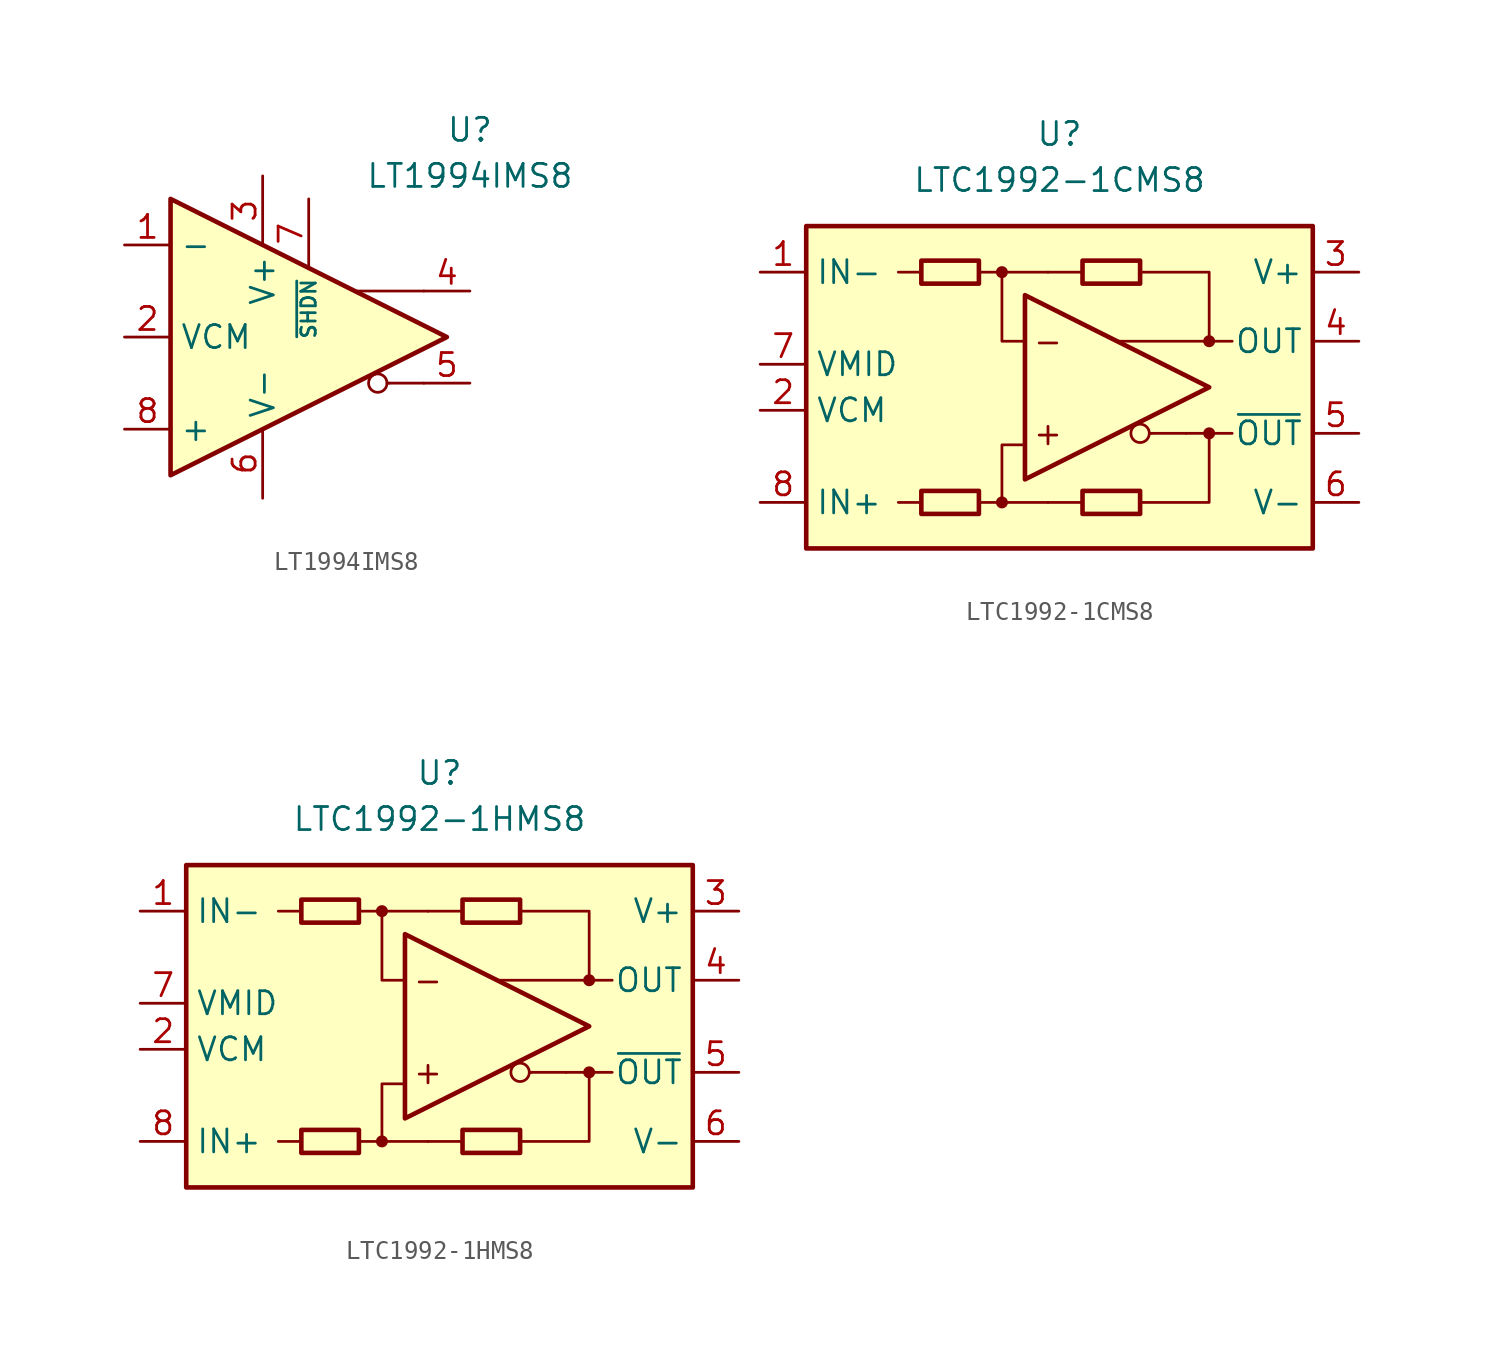
<source format=kicad_sym>
(kicad_symbol_lib
  (version 20211014)
  (generator kicad_symbol_editor)
  (symbol "LT1994IMS8"
    (property "Reference" "U"
      (at 8.89 11.43 0)
      (effects (font (size 1.27 1.27))))
    (property "Value" "LT1994IMS8"
      (at 8.89 8.89 0)
      (effects (font (size 1.27 1.27))))
    (symbol "LT1994IMS8_0_0"
      (polyline (pts (xy 4.445 -2.54) (xy 4.318 -2.54)) (stroke (width 0.152) (type default) (color 0 0 0 0)) (fill (type none)))
      (polyline (pts (xy 6.35 -2.54) (xy 4.445 -2.54)) (stroke (width 0.152) (type default) (color 0 0 0 0)) (fill (type none)))
      (polyline (pts (xy 6.35 2.54) (xy 2.54 2.54)) (stroke (width 0.152) (type default) (color 0 0 0 0)) (fill (type none)))
      (circle (center 3.81 -2.54) (radius 0.508) (stroke (width 0.152) (type default) (color 0 0 0 0)) (fill (type none))))
    (symbol "LT1994IMS8_0_1"
      (polyline (pts (xy -7.62 7.62) (xy -7.62 -7.62) (xy 7.62 0) (xy -7.62 7.62)) (stroke (width 0.254) (type default) (color 0 0 0 0)) (fill (type background))))
    (symbol "LT1994IMS8_1_1"
      (pin input line (at -10.16 5.08 0) (length 2.54) (name "-" (effects (font (size 1.27 1.27)))) (number "1" (effects (font (size 1.27 1.27)))))
      (pin input line (at -10.16 0 0) (length 2.54) (name "VCM" (effects (font (size 1.27 1.27)))) (number "2" (effects (font (size 1.27 1.27)))))
      (pin power_in line (at -2.54 8.89 270) (length 3.84) (name "V+" (effects (font (size 1.27 1.27)))) (number "3" (effects (font (size 1.27 1.27)))))
      (pin output line (at 8.89 2.54 180) (length 2.54) (name "~" (effects (font (size 1.27 1.27)))) (number "4" (effects (font (size 1.27 1.27)))))
      (pin output line (at 8.89 -2.54 180) (length 2.54) (name "~" (effects (font (size 1.27 1.27)))) (number "5" (effects (font (size 1.27 1.27)))))
      (pin power_in line (at -2.54 -8.89 90) (length 3.84) (name "V-" (effects (font (size 1.27 1.27)))) (number "6" (effects (font (size 1.27 1.27)))))
      (pin input line (at 0 7.62 270) (length 3.84) (name "~{SHDN}" (effects (font (size 0.8 0.8)))) (number "7" (effects (font (size 1.27 1.27)))))
      (pin input line (at -10.16 -5.08 0) (length 2.54) (name "+" (effects (font (size 1.27 1.27)))) (number "8" (effects (font (size 1.27 1.27)))))))
  (symbol "LTC1992-1CMS8"
    (property "Reference" "U"
      (at 0 13.97 0)
      (effects (font (size 1.27 1.27))))
    (property "Value" "LTC1992-1CMS8"
      (at 0 11.43 0)
      (effects (font (size 1.27 1.27))))
    (symbol "LTC1992-1CMS8_0_0"
      (rectangle (start -13.97 8.89) (end 13.97 -8.89) (stroke (width 0.254) (type default) (color 0 0 0 0)) (fill (type background)))
      (circle (center -3.175 -6.35) (radius 0.254) (stroke (width 0.152) (type default) (color 0 0 0 0)) (fill (type outline)))
      (circle (center -3.175 6.35) (radius 0.254) (stroke (width 0.152) (type default) (color 0 0 0 0)) (fill (type outline)))
      (polyline (pts (xy -7.62 -6.35) (xy -8.89 -6.35)) (stroke (width 0.152) (type default) (color 0 0 0 0)) (fill (type none)))
      (polyline (pts (xy -7.62 6.35) (xy -8.89 6.35)) (stroke (width 0.152) (type default) (color 0 0 0 0)) (fill (type none)))
      (polyline (pts (xy -3.175 6.35) (xy -0.635 6.35)) (stroke (width 0.152) (type default) (color 0 0 0 0)) (fill (type none)))
      (polyline (pts (xy -0.635 -6.35) (xy -3.175 -6.35)) (stroke (width 0.152) (type default) (color 0 0 0 0)) (fill (type none)))
      (polyline (pts (xy 1.27 -6.35) (xy -0.635 -6.35)) (stroke (width 0.152) (type default) (color 0 0 0 0)) (fill (type none)))
      (polyline (pts (xy 1.27 6.35) (xy -0.635 6.35)) (stroke (width 0.152) (type default) (color 0 0 0 0)) (fill (type none)))
      (polyline (pts (xy 5.08 -2.54) (xy 4.953 -2.54)) (stroke (width 0.152) (type default) (color 0 0 0 0)) (fill (type none)))
      (polyline (pts (xy 6.985 -2.54) (xy 5.08 -2.54)) (stroke (width 0.152) (type default) (color 0 0 0 0)) (fill (type none)))
      (polyline (pts (xy 8.255 -2.54) (xy 9.525 -2.54)) (stroke (width 0.152) (type default) (color 0 0 0 0)) (fill (type none)))
      (polyline (pts (xy 8.255 2.54) (xy 9.525 2.54)) (stroke (width 0.152) (type default) (color 0 0 0 0)) (fill (type none)))
      (polyline (pts (xy -4.445 -6.35) (xy -3.175 -6.35) (xy -3.175 -3.175) (xy -1.905 -3.175)) (stroke (width 0.152) (type default) (color 0 0 0 0)) (fill (type none)))
      (polyline (pts (xy -1.905 2.54) (xy -3.175 2.54) (xy -3.175 6.35) (xy -4.445 6.35)) (stroke (width 0.152) (type default) (color 0 0 0 0)) (fill (type none)))
      (polyline (pts (xy 4.445 6.35) (xy 8.255 6.35) (xy 8.255 2.54) (xy 3.175 2.54)) (stroke (width 0.152) (type default) (color 0 0 0 0)) (fill (type none)))
      (polyline (pts (xy 6.985 -2.54) (xy 8.255 -2.54) (xy 8.255 -6.35) (xy 4.445 -6.35)) (stroke (width 0.152) (type default) (color 0 0 0 0)) (fill (type none)))
      (circle (center 4.445 -2.54) (radius 0.508) (stroke (width 0.152) (type default) (color 0 0 0 0)) (fill (type none)))
      (circle (center 8.255 -2.54) (radius 0.254) (stroke (width 0.152) (type default) (color 0 0 0 0)) (fill (type outline)))
      (circle (center 8.255 2.54) (radius 0.254) (stroke (width 0.152) (type default) (color 0 0 0 0)) (fill (type outline)))
      (text "+" (at -0.635 -2.54 0) (effects (font (size 1.27 1.27))))
      (text "-" (at -0.635 2.54 0) (effects (font (size 1.27 1.27)))))
    (symbol "LTC1992-1CMS8_0_1"
      (rectangle (start -7.62 -5.715) (end -4.445 -6.985) (stroke (width 0.254) (type default) (color 0 0 0 0)) (fill (type none)))
      (rectangle (start -7.62 6.985) (end -4.445 5.715) (stroke (width 0.254) (type default) (color 0 0 0 0)) (fill (type none)))
      (polyline (pts (xy -1.905 5.08) (xy -1.905 -5.08) (xy 8.255 0) (xy -1.905 5.08)) (stroke (width 0.254) (type default) (color 0 0 0 0)) (fill (type none)))
      (rectangle (start 1.27 -5.715) (end 4.445 -6.985) (stroke (width 0.254) (type default) (color 0 0 0 0)) (fill (type none)))
      (rectangle (start 1.27 6.985) (end 4.445 5.715) (stroke (width 0.254) (type default) (color 0 0 0 0)) (fill (type none))))
    (symbol "LTC1992-1CMS8_1_1"
      (pin input line (at -16.51 6.35 0) (length 2.54) (name "IN-" (effects (font (size 1.27 1.27)))) (number "1" (effects (font (size 1.27 1.27)))))
      (pin input line (at -16.51 -1.27 0) (length 2.54) (name "VCM" (effects (font (size 1.27 1.27)))) (number "2" (effects (font (size 1.27 1.27)))))
      (pin power_in line (at 16.51 6.35 180) (length 2.54) (name "V+" (effects (font (size 1.27 1.27)))) (number "3" (effects (font (size 1.27 1.27)))))
      (pin output line (at 16.51 2.54 180) (length 2.54) (name "OUT" (effects (font (size 1.27 1.27)))) (number "4" (effects (font (size 1.27 1.27)))))
      (pin output line (at 16.51 -2.54 180) (length 2.54) (name "~{OUT}" (effects (font (size 1.27 1.27)))) (number "5" (effects (font (size 1.27 1.27)))))
      (pin power_in line (at 16.51 -6.35 180) (length 2.54) (name "V-" (effects (font (size 1.27 1.27)))) (number "6" (effects (font (size 1.27 1.27)))))
      (pin output line (at -16.51 1.27 0) (length 2.54) (name "VMID" (effects (font (size 1.27 1.27)))) (number "7" (effects (font (size 1.27 1.27)))))
      (pin input line (at -16.51 -6.35 0) (length 2.54) (name "IN+" (effects (font (size 1.27 1.27)))) (number "8" (effects (font (size 1.27 1.27)))))))
  (symbol "LTC1992-1HMS8"
    (property "Reference" "U"
      (at 0 13.97 0)
      (effects (font (size 1.27 1.27))))
    (property "Value" "LTC1992-1HMS8"
      (at 0 11.43 0)
      (effects (font (size 1.27 1.27))))
    (symbol "LTC1992-1HMS8_0_0"
      (rectangle (start -13.97 8.89) (end 13.97 -8.89) (stroke (width 0.254) (type default) (color 0 0 0 0)) (fill (type background)))
      (circle (center -3.175 -6.35) (radius 0.254) (stroke (width 0.152) (type default) (color 0 0 0 0)) (fill (type outline)))
      (circle (center -3.175 6.35) (radius 0.254) (stroke (width 0.152) (type default) (color 0 0 0 0)) (fill (type outline)))
      (polyline (pts (xy -7.62 -6.35) (xy -8.89 -6.35)) (stroke (width 0.152) (type default) (color 0 0 0 0)) (fill (type none)))
      (polyline (pts (xy -7.62 6.35) (xy -8.89 6.35)) (stroke (width 0.152) (type default) (color 0 0 0 0)) (fill (type none)))
      (polyline (pts (xy -3.175 6.35) (xy -0.635 6.35)) (stroke (width 0.152) (type default) (color 0 0 0 0)) (fill (type none)))
      (polyline (pts (xy -0.635 -6.35) (xy -3.175 -6.35)) (stroke (width 0.152) (type default) (color 0 0 0 0)) (fill (type none)))
      (polyline (pts (xy 1.27 -6.35) (xy -0.635 -6.35)) (stroke (width 0.152) (type default) (color 0 0 0 0)) (fill (type none)))
      (polyline (pts (xy 1.27 6.35) (xy -0.635 6.35)) (stroke (width 0.152) (type default) (color 0 0 0 0)) (fill (type none)))
      (polyline (pts (xy 5.08 -2.54) (xy 4.953 -2.54)) (stroke (width 0.152) (type default) (color 0 0 0 0)) (fill (type none)))
      (polyline (pts (xy 6.985 -2.54) (xy 5.08 -2.54)) (stroke (width 0.152) (type default) (color 0 0 0 0)) (fill (type none)))
      (polyline (pts (xy 8.255 -2.54) (xy 9.525 -2.54)) (stroke (width 0.152) (type default) (color 0 0 0 0)) (fill (type none)))
      (polyline (pts (xy 8.255 2.54) (xy 9.525 2.54)) (stroke (width 0.152) (type default) (color 0 0 0 0)) (fill (type none)))
      (polyline (pts (xy -4.445 -6.35) (xy -3.175 -6.35) (xy -3.175 -3.175) (xy -1.905 -3.175)) (stroke (width 0.152) (type default) (color 0 0 0 0)) (fill (type none)))
      (polyline (pts (xy -1.905 2.54) (xy -3.175 2.54) (xy -3.175 6.35) (xy -4.445 6.35)) (stroke (width 0.152) (type default) (color 0 0 0 0)) (fill (type none)))
      (polyline (pts (xy 4.445 6.35) (xy 8.255 6.35) (xy 8.255 2.54) (xy 3.175 2.54)) (stroke (width 0.152) (type default) (color 0 0 0 0)) (fill (type none)))
      (polyline (pts (xy 6.985 -2.54) (xy 8.255 -2.54) (xy 8.255 -6.35) (xy 4.445 -6.35)) (stroke (width 0.152) (type default) (color 0 0 0 0)) (fill (type none)))
      (circle (center 4.445 -2.54) (radius 0.508) (stroke (width 0.152) (type default) (color 0 0 0 0)) (fill (type none)))
      (circle (center 8.255 -2.54) (radius 0.254) (stroke (width 0.152) (type default) (color 0 0 0 0)) (fill (type outline)))
      (circle (center 8.255 2.54) (radius 0.254) (stroke (width 0.152) (type default) (color 0 0 0 0)) (fill (type outline)))
      (text "+" (at -0.635 -2.54 0) (effects (font (size 1.27 1.27))))
      (text "-" (at -0.635 2.54 0) (effects (font (size 1.27 1.27)))))
    (symbol "LTC1992-1HMS8_0_1"
      (rectangle (start -7.62 -5.715) (end -4.445 -6.985) (stroke (width 0.254) (type default) (color 0 0 0 0)) (fill (type none)))
      (rectangle (start -7.62 6.985) (end -4.445 5.715) (stroke (width 0.254) (type default) (color 0 0 0 0)) (fill (type none)))
      (polyline (pts (xy -1.905 5.08) (xy -1.905 -5.08) (xy 8.255 0) (xy -1.905 5.08)) (stroke (width 0.254) (type default) (color 0 0 0 0)) (fill (type none)))
      (rectangle (start 1.27 -5.715) (end 4.445 -6.985) (stroke (width 0.254) (type default) (color 0 0 0 0)) (fill (type none)))
      (rectangle (start 1.27 6.985) (end 4.445 5.715) (stroke (width 0.254) (type default) (color 0 0 0 0)) (fill (type none))))
    (symbol "LTC1992-1HMS8_1_1"
      (pin input line (at -16.51 6.35 0) (length 2.54) (name "IN-" (effects (font (size 1.27 1.27)))) (number "1" (effects (font (size 1.27 1.27)))))
      (pin input line (at -16.51 -1.27 0) (length 2.54) (name "VCM" (effects (font (size 1.27 1.27)))) (number "2" (effects (font (size 1.27 1.27)))))
      (pin power_in line (at 16.51 6.35 180) (length 2.54) (name "V+" (effects (font (size 1.27 1.27)))) (number "3" (effects (font (size 1.27 1.27)))))
      (pin output line (at 16.51 2.54 180) (length 2.54) (name "OUT" (effects (font (size 1.27 1.27)))) (number "4" (effects (font (size 1.27 1.27)))))
      (pin output line (at 16.51 -2.54 180) (length 2.54) (name "~{OUT}" (effects (font (size 1.27 1.27)))) (number "5" (effects (font (size 1.27 1.27)))))
      (pin power_in line (at 16.51 -6.35 180) (length 2.54) (name "V-" (effects (font (size 1.27 1.27)))) (number "6" (effects (font (size 1.27 1.27)))))
      (pin output line (at -16.51 1.27 0) (length 2.54) (name "VMID" (effects (font (size 1.27 1.27)))) (number "7" (effects (font (size 1.27 1.27)))))
      (pin input line (at -16.51 -6.35 0) (length 2.54) (name "IN+" (effects (font (size 1.27 1.27)))) (number "8" (effects (font (size 1.27 1.27))))))))
</source>
